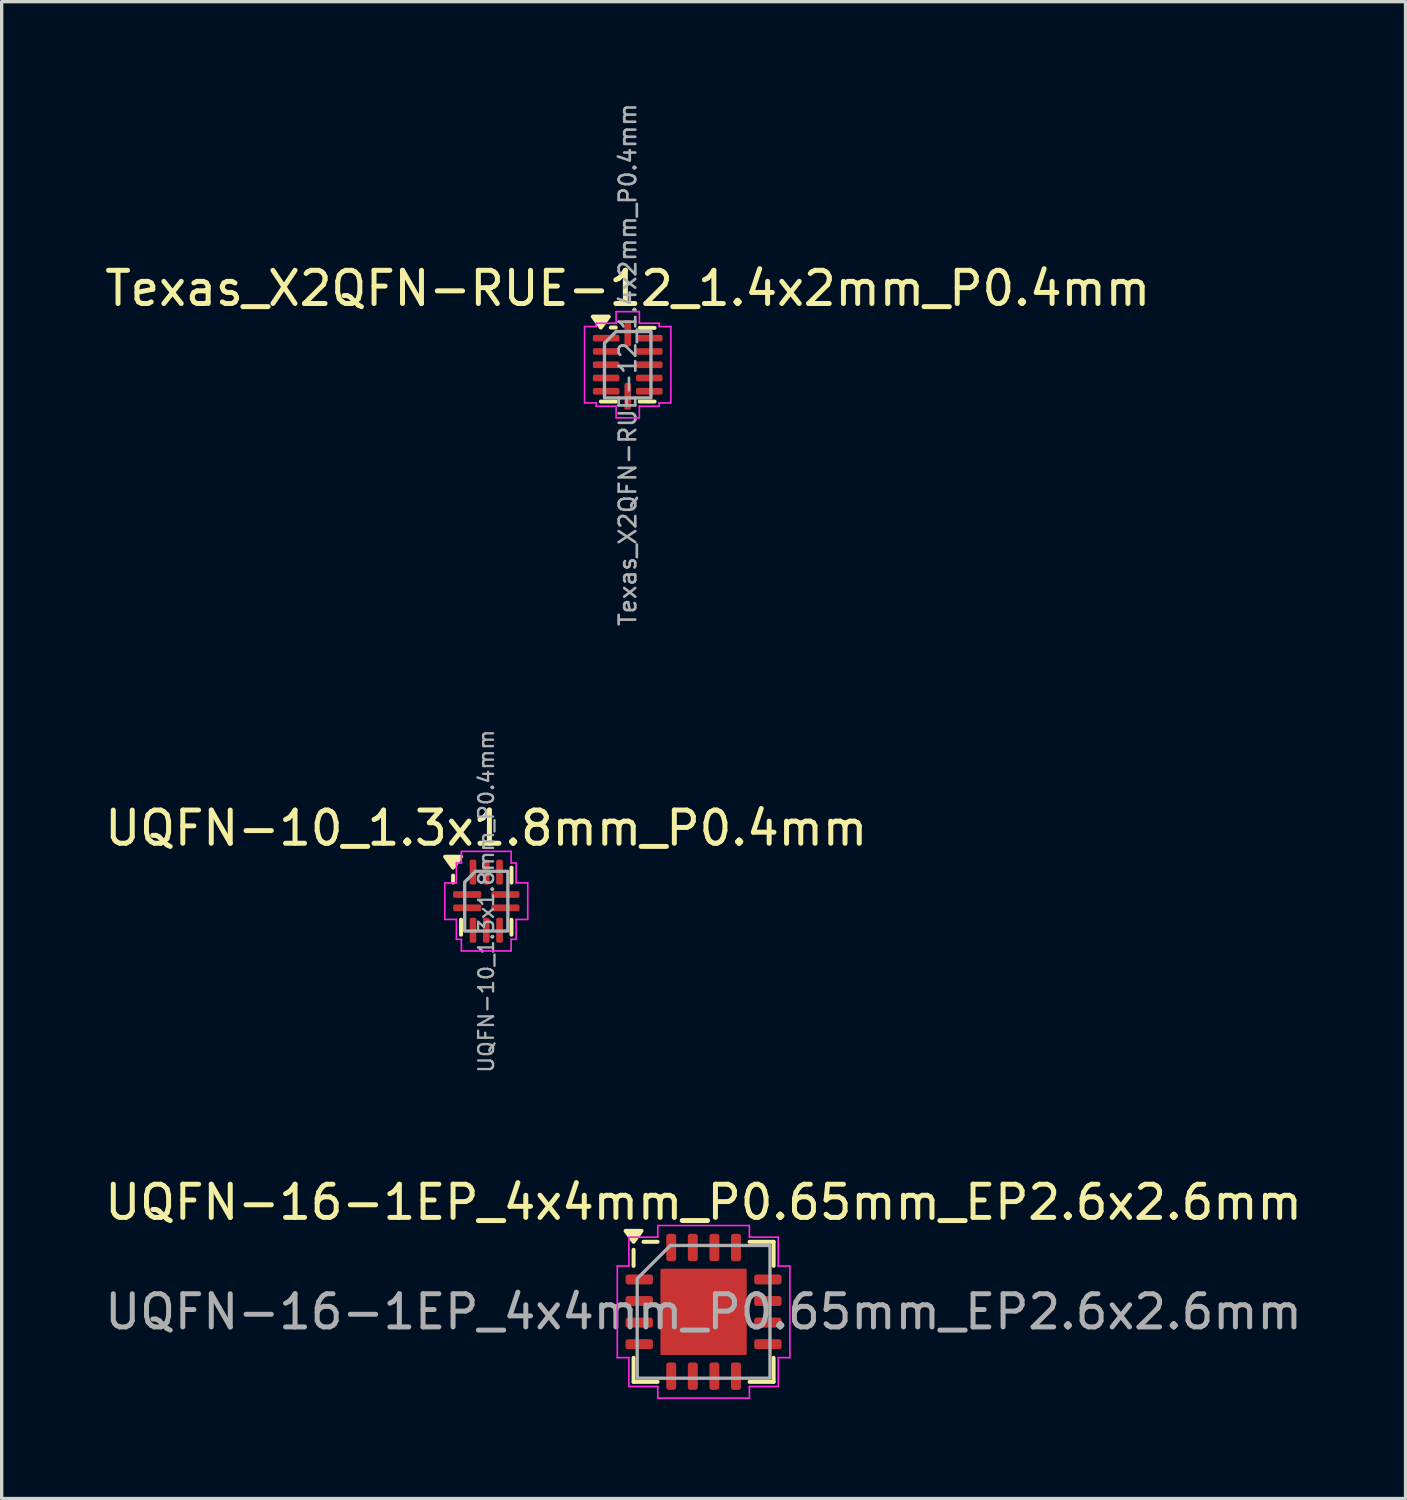
<source format=kicad_pcb>
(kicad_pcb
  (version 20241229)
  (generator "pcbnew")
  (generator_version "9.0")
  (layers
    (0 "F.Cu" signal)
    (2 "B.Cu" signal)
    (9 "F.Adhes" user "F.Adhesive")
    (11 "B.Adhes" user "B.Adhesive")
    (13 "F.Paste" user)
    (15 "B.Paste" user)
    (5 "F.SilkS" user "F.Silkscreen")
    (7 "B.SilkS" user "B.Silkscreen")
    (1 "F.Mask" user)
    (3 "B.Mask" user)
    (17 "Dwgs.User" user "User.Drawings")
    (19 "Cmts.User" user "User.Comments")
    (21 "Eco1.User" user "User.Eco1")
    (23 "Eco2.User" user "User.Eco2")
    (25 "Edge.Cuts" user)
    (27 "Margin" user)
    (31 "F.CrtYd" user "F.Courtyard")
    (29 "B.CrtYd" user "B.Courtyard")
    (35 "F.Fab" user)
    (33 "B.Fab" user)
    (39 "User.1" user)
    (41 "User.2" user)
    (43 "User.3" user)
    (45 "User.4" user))
  (footprint "UQFN-10_1.3x1.8mm_P0.4mm"
    (layer "F.Cu")
    (at 11.601 24.102)
    (property "Reference" "UQFN-10_1.3x1.8mm_P0.4mm" (at 0 -2.2 0) (layer "F.SilkS") (effects (font (size 1 1) (thickness 0.15))))
    (attr smd)
    (fp_line (start -1 -0.56) (end -1 -0.77) (stroke (width 0.12) (type solid)) (layer "F.SilkS"))
    (fp_line (start -0.76 1.01) (end -0.76 0.56) (stroke (width 0.12) (type solid)) (layer "F.SilkS"))
    (fp_line (start 0.76 -1.01) (end 0.76 -0.56) (stroke (width 0.12) (type solid)) (layer "F.SilkS"))
    (fp_line (start 0.76 1.01) (end 0.76 0.56) (stroke (width 0.12) (type solid)) (layer "F.SilkS"))
    (fp_poly (pts (xy -1 -1.01) (xy -1.24 -1.34) (xy -0.76 -1.34)) (stroke (width 0.12) (type solid)) (fill yes) (layer "F.SilkS"))
    (fp_line (start -1.25 -0.55) (end -0.9 -0.55) (stroke (width 0.05) (type solid)) (layer "F.CrtYd"))
    (fp_line (start -1.25 0.55) (end -1.25 -0.55) (stroke (width 0.05) (type solid)) (layer "F.CrtYd"))
    (fp_line (start -0.9 -1.15) (end -0.75 -1.15) (stroke (width 0.05) (type solid)) (layer "F.CrtYd"))
    (fp_line (start -0.9 -0.55) (end -0.9 -1.15) (stroke (width 0.05) (type solid)) (layer "F.CrtYd"))
    (fp_line (start -0.9 0.55) (end -1.25 0.55) (stroke (width 0.05) (type solid)) (layer "F.CrtYd"))
    (fp_line (start -0.9 1.15) (end -0.9 0.55) (stroke (width 0.05) (type solid)) (layer "F.CrtYd"))
    (fp_line (start -0.75 -1.5) (end 0.75 -1.5) (stroke (width 0.05) (type solid)) (layer "F.CrtYd"))
    (fp_line (start -0.75 -1.15) (end -0.75 -1.5) (stroke (width 0.05) (type solid)) (layer "F.CrtYd"))
    (fp_line (start -0.75 1.15) (end -0.9 1.15) (stroke (width 0.05) (type solid)) (layer "F.CrtYd"))
    (fp_line (start -0.75 1.5) (end -0.75 1.15) (stroke (width 0.05) (type solid)) (layer "F.CrtYd"))
    (fp_line (start 0.75 -1.5) (end 0.75 -1.15) (stroke (width 0.05) (type solid)) (layer "F.CrtYd"))
    (fp_line (start 0.75 -1.15) (end 0.9 -1.15) (stroke (width 0.05) (type solid)) (layer "F.CrtYd"))
    (fp_line (start 0.75 1.15) (end 0.75 1.5) (stroke (width 0.05) (type solid)) (layer "F.CrtYd"))
    (fp_line (start 0.75 1.5) (end -0.75 1.5) (stroke (width 0.05) (type solid)) (layer "F.CrtYd"))
    (fp_line (start 0.9 -1.15) (end 0.9 -0.55) (stroke (width 0.05) (type solid)) (layer "F.CrtYd"))
    (fp_line (start 0.9 -0.55) (end 1.25 -0.55) (stroke (width 0.05) (type solid)) (layer "F.CrtYd"))
    (fp_line (start 0.9 0.55) (end 0.9 1.15) (stroke (width 0.05) (type solid)) (layer "F.CrtYd"))
    (fp_line (start 0.9 1.15) (end 0.75 1.15) (stroke (width 0.05) (type solid)) (layer "F.CrtYd"))
    (fp_line (start 1.25 -0.55) (end 1.25 0.55) (stroke (width 0.05) (type solid)) (layer "F.CrtYd"))
    (fp_line (start 1.25 0.55) (end 0.9 0.55) (stroke (width 0.05) (type solid)) (layer "F.CrtYd"))
    (fp_poly (pts (xy -0.65 -0.575) (xy -0.65 0.9) (xy 0.65 0.9) (xy 0.65 -0.9) (xy -0.325 -0.9)) (stroke (width 0.1) (type solid)) (fill no) (layer "F.Fab"))
    (fp_text user "${REFERENCE}" (at 0 0 90) (layer "F.Fab") (effects (font (size 0.45 0.45) (thickness 0.07))))
    (pad "1" smd roundrect (at -0.575 -0.2) (size 0.85 0.2) (layers "F.Cu" "F.Mask" "F.Paste") (roundrect_rratio 0.25))
    (pad "2" smd roundrect (at -0.575 0.2) (size 0.85 0.2) (layers "F.Cu" "F.Mask" "F.Paste") (roundrect_rratio 0.25))
    (pad "3" smd roundrect (at -0.4 0.875) (size 0.2 0.75) (layers "F.Cu" "F.Mask" "F.Paste") (roundrect_rratio 0.25))
    (pad "4" smd roundrect (at 0 0.875) (size 0.2 0.75) (layers "F.Cu" "F.Mask" "F.Paste") (roundrect_rratio 0.25))
    (pad "5" smd roundrect (at 0.4 0.875) (size 0.2 0.75) (layers "F.Cu" "F.Mask" "F.Paste") (roundrect_rratio 0.25))
    (pad "6" smd roundrect (at 0.575 0.2) (size 0.85 0.2) (layers "F.Cu" "F.Mask" "F.Paste") (roundrect_rratio 0.25))
    (pad "7" smd roundrect (at 0.575 -0.2) (size 0.85 0.2) (layers "F.Cu" "F.Mask" "F.Paste") (roundrect_rratio 0.25))
    (pad "8" smd roundrect (at 0.4 -0.875) (size 0.2 0.75) (layers "F.Cu" "F.Mask" "F.Paste") (roundrect_rratio 0.25))
    (pad "9" smd roundrect (at 0 -0.875) (size 0.2 0.75) (layers "F.Cu" "F.Mask" "F.Paste") (roundrect_rratio 0.25))
    (pad "10" smd roundrect (at -0.4 -0.875) (size 0.2 0.75) (layers "F.Cu" "F.Mask" "F.Paste") (roundrect_rratio 0.25)))
  (footprint "Texas_X2QFN-RUE-12_1.4x2mm_P0.4mm"
    (layer "F.Cu")
    (at 15.863 7.939)
    (property "Reference" "Texas_X2QFN-RUE-12_1.4x2mm_P0.4mm" (at 0 -2.3 0) (layer "F.SilkS") (effects (font (size 1 1) (thickness 0.15))))
    (attr smd)
    (fp_line (start -0.36 -1.12) (end -0.51 -1.12) (stroke (width 0.12) (type solid)) (layer "F.SilkS"))
    (fp_line (start -0.36 1.11) (end -0.81 1.11) (stroke (width 0.12) (type solid)) (layer "F.SilkS"))
    (fp_line (start 0.36 -1.11) (end 0.81 -1.11) (stroke (width 0.12) (type solid)) (layer "F.SilkS"))
    (fp_line (start 0.36 1.11) (end 0.81 1.11) (stroke (width 0.12) (type solid)) (layer "F.SilkS"))
    (fp_poly (pts (xy -0.81 -1.12) (xy -1.05 -1.45) (xy -0.57 -1.45)) (stroke (width 0.12) (type solid)) (fill yes) (layer "F.SilkS"))
    (fp_line (start -1.3 -1.15) (end -0.95 -1.15) (stroke (width 0.05) (type solid)) (layer "F.CrtYd"))
    (fp_line (start -1.3 1.15) (end -1.3 -1.15) (stroke (width 0.05) (type solid)) (layer "F.CrtYd"))
    (fp_line (start -0.95 -1.25) (end -0.35 -1.25) (stroke (width 0.05) (type solid)) (layer "F.CrtYd"))
    (fp_line (start -0.95 -1.15) (end -0.95 -1.25) (stroke (width 0.05) (type solid)) (layer "F.CrtYd"))
    (fp_line (start -0.95 1.15) (end -1.3 1.15) (stroke (width 0.05) (type solid)) (layer "F.CrtYd"))
    (fp_line (start -0.95 1.25) (end -0.95 1.15) (stroke (width 0.05) (type solid)) (layer "F.CrtYd"))
    (fp_line (start -0.35 -1.6) (end 0.35 -1.6) (stroke (width 0.05) (type solid)) (layer "F.CrtYd"))
    (fp_line (start -0.35 -1.25) (end -0.35 -1.6) (stroke (width 0.05) (type solid)) (layer "F.CrtYd"))
    (fp_line (start -0.35 1.25) (end -0.95 1.25) (stroke (width 0.05) (type solid)) (layer "F.CrtYd"))
    (fp_line (start -0.35 1.6) (end -0.35 1.25) (stroke (width 0.05) (type solid)) (layer "F.CrtYd"))
    (fp_line (start 0.35 -1.6) (end 0.35 -1.25) (stroke (width 0.05) (type solid)) (layer "F.CrtYd"))
    (fp_line (start 0.35 -1.25) (end 0.95 -1.25) (stroke (width 0.05) (type solid)) (layer "F.CrtYd"))
    (fp_line (start 0.35 1.25) (end 0.35 1.6) (stroke (width 0.05) (type solid)) (layer "F.CrtYd"))
    (fp_line (start 0.35 1.6) (end -0.35 1.6) (stroke (width 0.05) (type solid)) (layer "F.CrtYd"))
    (fp_line (start 0.95 -1.25) (end 0.95 -1.15) (stroke (width 0.05) (type solid)) (layer "F.CrtYd"))
    (fp_line (start 0.95 -1.15) (end 1.3 -1.15) (stroke (width 0.05) (type solid)) (layer "F.CrtYd"))
    (fp_line (start 0.95 1.15) (end 0.95 1.25) (stroke (width 0.05) (type solid)) (layer "F.CrtYd"))
    (fp_line (start 0.95 1.25) (end 0.35 1.25) (stroke (width 0.05) (type solid)) (layer "F.CrtYd"))
    (fp_line (start 1.3 -1.15) (end 1.3 1.15) (stroke (width 0.05) (type solid)) (layer "F.CrtYd"))
    (fp_line (start 1.3 1.15) (end 0.95 1.15) (stroke (width 0.05) (type solid)) (layer "F.CrtYd"))
    (fp_poly (pts (xy -0.7 -0.65) (xy -0.7 1) (xy 0.7 1) (xy 0.7 -1) (xy -0.35 -1)) (stroke (width 0.1) (type solid)) (fill no) (layer "F.Fab"))
    (fp_text user "${REFERENCE}" (at 0 0 90) (layer "F.Fab") (effects (font (size 0.5 0.5) (thickness 0.08))))
    (pad "1" smd roundrect (at -0.65 -0.8) (size 0.8 0.2) (layers "F.Cu" "F.Mask" "F.Paste") (roundrect_rratio 0.25))
    (pad "2" smd roundrect (at -0.65 -0.4) (size 0.8 0.2) (layers "F.Cu" "F.Mask" "F.Paste") (roundrect_rratio 0.25))
    (pad "3" smd roundrect (at -0.65 0) (size 0.8 0.2) (layers "F.Cu" "F.Mask" "F.Paste") (roundrect_rratio 0.25))
    (pad "4" smd roundrect (at -0.65 0.4) (size 0.8 0.2) (layers "F.Cu" "F.Mask" "F.Paste") (roundrect_rratio 0.25))
    (pad "5" smd roundrect (at -0.65 0.8) (size 0.8 0.2) (layers "F.Cu" "F.Mask" "F.Paste") (roundrect_rratio 0.25))
    (pad "6" smd roundrect (at 0 0.95) (size 0.2 0.8) (layers "F.Cu" "F.Mask" "F.Paste") (roundrect_rratio 0.25))
    (pad "7" smd roundrect (at 0.65 0.8) (size 0.8 0.2) (layers "F.Cu" "F.Mask" "F.Paste") (roundrect_rratio 0.25))
    (pad "8" smd roundrect (at 0.65 0.4) (size 0.8 0.2) (layers "F.Cu" "F.Mask" "F.Paste") (roundrect_rratio 0.25))
    (pad "9" smd roundrect (at 0.65 0) (size 0.8 0.2) (layers "F.Cu" "F.Mask" "F.Paste") (roundrect_rratio 0.25))
    (pad "10" smd roundrect (at 0.65 -0.4) (size 0.8 0.2) (layers "F.Cu" "F.Mask" "F.Paste") (roundrect_rratio 0.25))
    (pad "11" smd roundrect (at 0.65 -0.8) (size 0.8 0.2) (layers "F.Cu" "F.Mask" "F.Paste") (roundrect_rratio 0.25))
    (pad "12" smd roundrect (at 0 -0.95) (size 0.2 0.8) (layers "F.Cu" "F.Mask" "F.Paste") (roundrect_rratio 0.25)))
  (footprint "UQFN-16-1EP_4x4mm_P0.65mm_EP2.6x2.6mm"
    (layer "F.Cu")
    (at 18.149 36.475)
    (property "Reference" "UQFN-16-1EP_4x4mm_P0.65mm_EP2.6x2.6mm" (at 0 -3.3 0) (layer "F.SilkS") (effects (font (size 1 1) (thickness 0.15))))
    (attr smd)
    (fp_line (start -2.11 -1.385) (end -2.11 -1.87) (stroke (width 0.12) (type solid)) (layer "F.SilkS"))
    (fp_line (start -2.11 2.11) (end -2.11 1.385) (stroke (width 0.12) (type solid)) (layer "F.SilkS"))
    (fp_line (start -1.385 -2.11) (end -1.81 -2.11) (stroke (width 0.12) (type solid)) (layer "F.SilkS"))
    (fp_line (start -1.385 2.11) (end -2.11 2.11) (stroke (width 0.12) (type solid)) (layer "F.SilkS"))
    (fp_line (start 1.385 -2.11) (end 2.11 -2.11) (stroke (width 0.12) (type solid)) (layer "F.SilkS"))
    (fp_line (start 1.385 2.11) (end 2.11 2.11) (stroke (width 0.12) (type solid)) (layer "F.SilkS"))
    (fp_line (start 2.11 -2.11) (end 2.11 -1.385) (stroke (width 0.12) (type solid)) (layer "F.SilkS"))
    (fp_line (start 2.11 2.11) (end 2.11 1.385) (stroke (width 0.12) (type solid)) (layer "F.SilkS"))
    (fp_poly (pts (xy -2.11 -2.11) (xy -2.35 -2.44) (xy -1.87 -2.44)) (stroke (width 0.12) (type solid)) (fill yes) (layer "F.SilkS"))
    (fp_line (start -2.6 -1.38) (end -2.25 -1.38) (stroke (width 0.05) (type solid)) (layer "F.CrtYd"))
    (fp_line (start -2.6 1.38) (end -2.6 -1.38) (stroke (width 0.05) (type solid)) (layer "F.CrtYd"))
    (fp_line (start -2.25 -2.25) (end -1.38 -2.25) (stroke (width 0.05) (type solid)) (layer "F.CrtYd"))
    (fp_line (start -2.25 -1.38) (end -2.25 -2.25) (stroke (width 0.05) (type solid)) (layer "F.CrtYd"))
    (fp_line (start -2.25 1.38) (end -2.6 1.38) (stroke (width 0.05) (type solid)) (layer "F.CrtYd"))
    (fp_line (start -2.25 2.25) (end -2.25 1.38) (stroke (width 0.05) (type solid)) (layer "F.CrtYd"))
    (fp_line (start -1.38 -2.6) (end 1.38 -2.6) (stroke (width 0.05) (type solid)) (layer "F.CrtYd"))
    (fp_line (start -1.38 -2.25) (end -1.38 -2.6) (stroke (width 0.05) (type solid)) (layer "F.CrtYd"))
    (fp_line (start -1.38 2.25) (end -2.25 2.25) (stroke (width 0.05) (type solid)) (layer "F.CrtYd"))
    (fp_line (start -1.38 2.6) (end -1.38 2.25) (stroke (width 0.05) (type solid)) (layer "F.CrtYd"))
    (fp_line (start 1.38 -2.6) (end 1.38 -2.25) (stroke (width 0.05) (type solid)) (layer "F.CrtYd"))
    (fp_line (start 1.38 -2.25) (end 2.25 -2.25) (stroke (width 0.05) (type solid)) (layer "F.CrtYd"))
    (fp_line (start 1.38 2.25) (end 1.38 2.6) (stroke (width 0.05) (type solid)) (layer "F.CrtYd"))
    (fp_line (start 1.38 2.6) (end -1.38 2.6) (stroke (width 0.05) (type solid)) (layer "F.CrtYd"))
    (fp_line (start 2.25 -2.25) (end 2.25 -1.38) (stroke (width 0.05) (type solid)) (layer "F.CrtYd"))
    (fp_line (start 2.25 -1.38) (end 2.6 -1.38) (stroke (width 0.05) (type solid)) (layer "F.CrtYd"))
    (fp_line (start 2.25 1.38) (end 2.25 2.25) (stroke (width 0.05) (type solid)) (layer "F.CrtYd"))
    (fp_line (start 2.25 2.25) (end 1.38 2.25) (stroke (width 0.05) (type solid)) (layer "F.CrtYd"))
    (fp_line (start 2.6 -1.38) (end 2.6 1.38) (stroke (width 0.05) (type solid)) (layer "F.CrtYd"))
    (fp_line (start 2.6 1.38) (end 2.25 1.38) (stroke (width 0.05) (type solid)) (layer "F.CrtYd"))
    (fp_poly (pts (xy -2 -1) (xy -2 2) (xy 2 2) (xy 2 -2) (xy -1 -2)) (stroke (width 0.1) (type solid)) (fill no) (layer "F.Fab"))
    (fp_text user "${REFERENCE}" (at 0 0 0) (layer "F.Fab") (effects (font (size 1 1) (thickness 0.15))))
    (pad "" smd roundrect (at -0.65 -0.65) (size 1.05 1.05) (layers "F.Paste") (roundrect_rratio 0.238))
    (pad "" smd roundrect (at -0.65 0.65) (size 1.05 1.05) (layers "F.Paste") (roundrect_rratio 0.238))
    (pad "" smd roundrect (at 0.65 -0.65) (size 1.05 1.05) (layers "F.Paste") (roundrect_rratio 0.238))
    (pad "" smd roundrect (at 0.65 0.65) (size 1.05 1.05) (layers "F.Paste") (roundrect_rratio 0.238))
    (pad "1" smd roundrect (at -1.938 -0.975) (size 0.825 0.3) (layers "F.Cu" "F.Mask" "F.Paste") (roundrect_rratio 0.25))
    (pad "2" smd roundrect (at -1.938 -0.325) (size 0.825 0.3) (layers "F.Cu" "F.Mask" "F.Paste") (roundrect_rratio 0.25))
    (pad "3" smd roundrect (at -1.938 0.325) (size 0.825 0.3) (layers "F.Cu" "F.Mask" "F.Paste") (roundrect_rratio 0.25))
    (pad "4" smd roundrect (at -1.938 0.975) (size 0.825 0.3) (layers "F.Cu" "F.Mask" "F.Paste") (roundrect_rratio 0.25))
    (pad "5" smd roundrect (at -0.975 1.938) (size 0.3 0.825) (layers "F.Cu" "F.Mask" "F.Paste") (roundrect_rratio 0.25))
    (pad "6" smd roundrect (at -0.325 1.938) (size 0.3 0.825) (layers "F.Cu" "F.Mask" "F.Paste") (roundrect_rratio 0.25))
    (pad "7" smd roundrect (at 0.325 1.938) (size 0.3 0.825) (layers "F.Cu" "F.Mask" "F.Paste") (roundrect_rratio 0.25))
    (pad "8" smd roundrect (at 0.975 1.938) (size 0.3 0.825) (layers "F.Cu" "F.Mask" "F.Paste") (roundrect_rratio 0.25))
    (pad "9" smd roundrect (at 1.938 0.975) (size 0.825 0.3) (layers "F.Cu" "F.Mask" "F.Paste") (roundrect_rratio 0.25))
    (pad "10" smd roundrect (at 1.938 0.325) (size 0.825 0.3) (layers "F.Cu" "F.Mask" "F.Paste") (roundrect_rratio 0.25))
    (pad "11" smd roundrect (at 1.938 -0.325) (size 0.825 0.3) (layers "F.Cu" "F.Mask" "F.Paste") (roundrect_rratio 0.25))
    (pad "12" smd roundrect (at 1.938 -0.975) (size 0.825 0.3) (layers "F.Cu" "F.Mask" "F.Paste") (roundrect_rratio 0.25))
    (pad "13" smd roundrect (at 0.975 -1.938) (size 0.3 0.825) (layers "F.Cu" "F.Mask" "F.Paste") (roundrect_rratio 0.25))
    (pad "14" smd roundrect (at 0.325 -1.938) (size 0.3 0.825) (layers "F.Cu" "F.Mask" "F.Paste") (roundrect_rratio 0.25))
    (pad "15" smd roundrect (at -0.325 -1.938) (size 0.3 0.825) (layers "F.Cu" "F.Mask" "F.Paste") (roundrect_rratio 0.25))
    (pad "16" smd roundrect (at -0.975 -1.938) (size 0.3 0.825) (layers "F.Cu" "F.Mask" "F.Paste") (roundrect_rratio 0.25))
    (pad "17" smd rect (at 0 0) (size 2.6 2.6) (property pad_prop_heatsink) (layers "F.Cu" "F.Mask")))
  (gr_rect
    (start -3 -3)
    (end 39.298 42.1)
    (stroke (width 0.1) (type default))
    (fill no)
    (layer "Edge.Cuts")))
</source>
